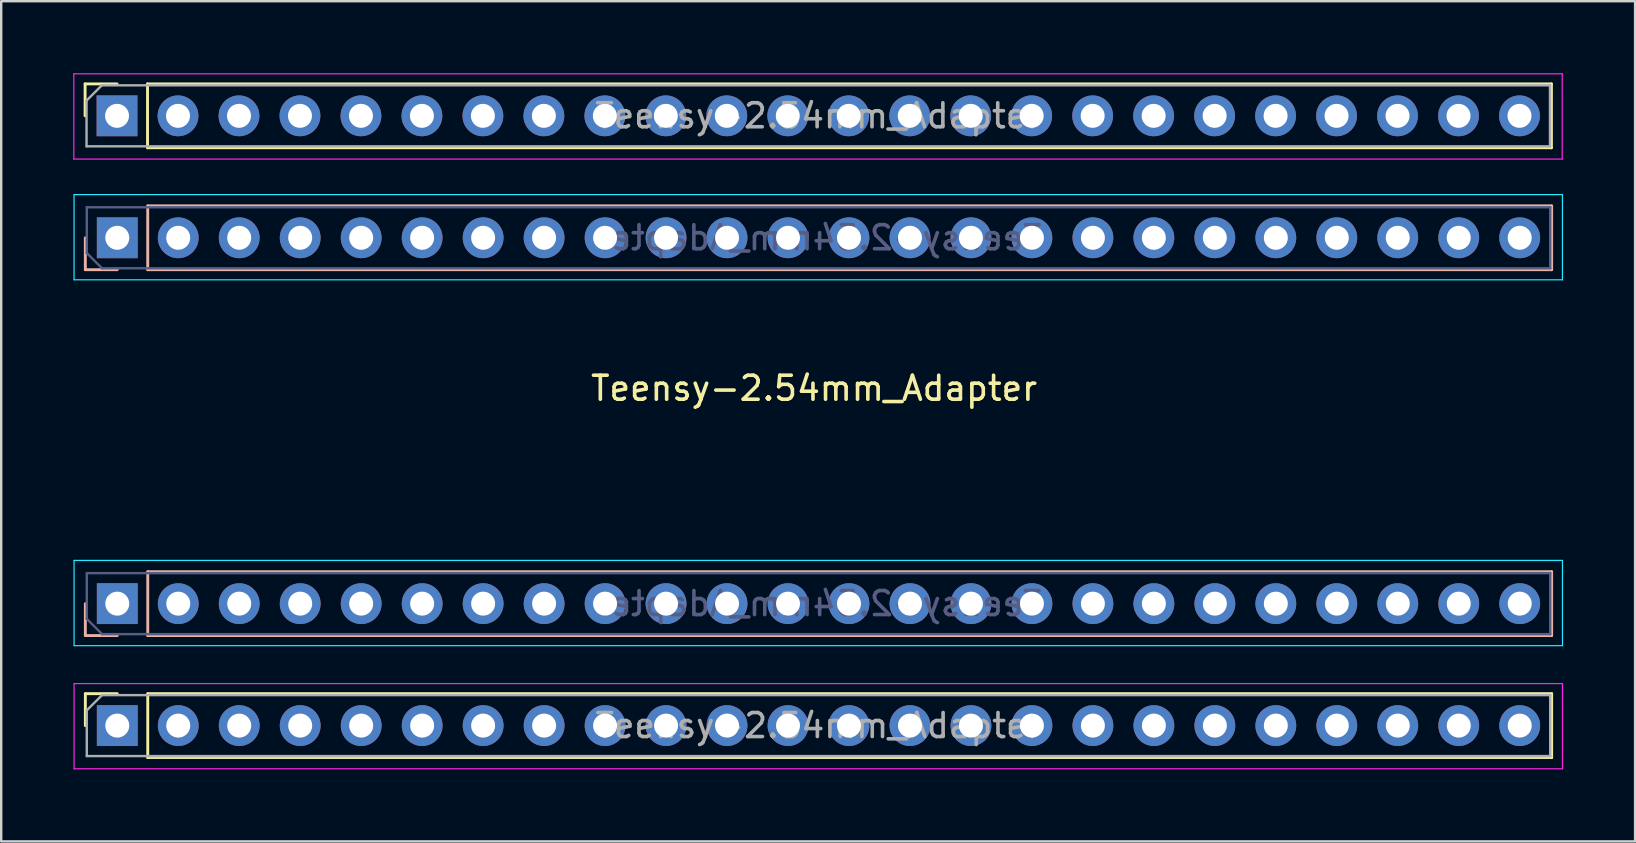
<source format=kicad_pcb>
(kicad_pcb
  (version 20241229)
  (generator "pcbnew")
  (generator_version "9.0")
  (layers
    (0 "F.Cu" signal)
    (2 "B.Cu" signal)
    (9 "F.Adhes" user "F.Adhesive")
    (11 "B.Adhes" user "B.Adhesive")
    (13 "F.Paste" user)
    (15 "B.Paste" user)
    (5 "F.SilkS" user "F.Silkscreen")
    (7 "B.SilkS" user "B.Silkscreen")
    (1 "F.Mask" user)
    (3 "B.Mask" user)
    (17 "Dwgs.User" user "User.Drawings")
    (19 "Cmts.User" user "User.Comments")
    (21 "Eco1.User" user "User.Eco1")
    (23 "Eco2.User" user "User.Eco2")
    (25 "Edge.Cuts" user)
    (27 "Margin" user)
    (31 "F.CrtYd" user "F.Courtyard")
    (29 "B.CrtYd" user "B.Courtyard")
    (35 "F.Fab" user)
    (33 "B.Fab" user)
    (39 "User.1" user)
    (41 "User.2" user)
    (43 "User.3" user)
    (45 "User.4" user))
  (footprint "Teensy-2.54mm_Adapter"
    (layer "F.Cu")
    (at 30.862 13.625)
    (property "Reference" "Teensy-2.54mm_Adapter" (at 0 -0.5 0) (unlocked yes) (layer "F.SilkS") (effects (font (size 1 1) (thickness 0.15))))
    (attr through_hole)
    (fp_line (start -30.367 -13.18) (end -29.037 -13.18) (stroke (width 0.12) (type solid)) (layer "F.SilkS"))
    (fp_line (start -30.367 -11.85) (end -30.367 -13.18) (stroke (width 0.12) (type solid)) (layer "F.SilkS"))
    (fp_line (start -30.357 12.22) (end -29.027 12.22) (stroke (width 0.12) (type solid)) (layer "F.SilkS"))
    (fp_line (start -30.357 13.55) (end -30.357 12.22) (stroke (width 0.12) (type solid)) (layer "F.SilkS"))
    (fp_line (start -27.767 -13.18) (end 30.713 -13.18) (stroke (width 0.12) (type solid)) (layer "F.SilkS"))
    (fp_line (start -27.767 -10.52) (end -27.767 -13.18) (stroke (width 0.12) (type solid)) (layer "F.SilkS"))
    (fp_line (start -27.767 -10.52) (end 30.713 -10.52) (stroke (width 0.12) (type solid)) (layer "F.SilkS"))
    (fp_line (start -27.757 12.22) (end 30.723 12.22) (stroke (width 0.12) (type solid)) (layer "F.SilkS"))
    (fp_line (start -27.757 14.88) (end -27.757 12.22) (stroke (width 0.12) (type solid)) (layer "F.SilkS"))
    (fp_line (start -27.757 14.88) (end 30.723 14.88) (stroke (width 0.12) (type solid)) (layer "F.SilkS"))
    (fp_line (start 30.713 -10.52) (end 30.713 -13.18) (stroke (width 0.12) (type solid)) (layer "F.SilkS"))
    (fp_line (start 30.723 14.88) (end 30.723 12.22) (stroke (width 0.12) (type solid)) (layer "F.SilkS"))
    (fp_line (start -30.358 -6.77) (end -30.358 -5.44) (stroke (width 0.12) (type solid)) (layer "B.SilkS"))
    (fp_line (start -30.358 -5.44) (end -29.027 -5.44) (stroke (width 0.12) (type solid)) (layer "B.SilkS"))
    (fp_line (start -30.357 8.47) (end -30.357 9.8) (stroke (width 0.12) (type solid)) (layer "B.SilkS"))
    (fp_line (start -30.357 9.8) (end -29.027 9.8) (stroke (width 0.12) (type solid)) (layer "B.SilkS"))
    (fp_line (start -27.758 -8.1) (end -27.758 -5.44) (stroke (width 0.12) (type solid)) (layer "B.SilkS"))
    (fp_line (start -27.758 -8.1) (end 30.723 -8.1) (stroke (width 0.12) (type solid)) (layer "B.SilkS"))
    (fp_line (start -27.758 -5.44) (end 30.723 -5.44) (stroke (width 0.12) (type solid)) (layer "B.SilkS"))
    (fp_line (start -27.757 7.14) (end -27.757 9.8) (stroke (width 0.12) (type solid)) (layer "B.SilkS"))
    (fp_line (start -27.757 7.14) (end 30.723 7.14) (stroke (width 0.12) (type solid)) (layer "B.SilkS"))
    (fp_line (start -27.757 9.8) (end 30.723 9.8) (stroke (width 0.12) (type solid)) (layer "B.SilkS"))
    (fp_line (start 30.723 -8.1) (end 30.723 -5.44) (stroke (width 0.12) (type solid)) (layer "B.SilkS"))
    (fp_line (start 30.723 7.14) (end 30.723 9.8) (stroke (width 0.12) (type solid)) (layer "B.SilkS"))
    (fp_line (start -30.828 -8.57) (end -30.828 -5.02) (stroke (width 0.05) (type solid)) (layer "B.CrtYd"))
    (fp_line (start -30.828 -5.02) (end 31.172 -5.02) (stroke (width 0.05) (type solid)) (layer "B.CrtYd"))
    (fp_line (start -30.827 6.67) (end -30.827 10.22) (stroke (width 0.05) (type solid)) (layer "B.CrtYd"))
    (fp_line (start -30.827 10.22) (end 31.173 10.22) (stroke (width 0.05) (type solid)) (layer "B.CrtYd"))
    (fp_line (start 31.172 -8.57) (end -30.828 -8.57) (stroke (width 0.05) (type solid)) (layer "B.CrtYd"))
    (fp_line (start 31.172 -5.02) (end 31.172 -8.57) (stroke (width 0.05) (type solid)) (layer "B.CrtYd"))
    (fp_line (start 31.173 6.67) (end -30.827 6.67) (stroke (width 0.05) (type solid)) (layer "B.CrtYd"))
    (fp_line (start 31.173 10.22) (end 31.173 6.67) (stroke (width 0.05) (type solid)) (layer "B.CrtYd"))
    (fp_line (start -30.837 -13.6) (end 31.163 -13.6) (stroke (width 0.05) (type solid)) (layer "F.CrtYd"))
    (fp_line (start -30.837 -10.05) (end -30.837 -13.6) (stroke (width 0.05) (type solid)) (layer "F.CrtYd"))
    (fp_line (start -30.827 11.8) (end 31.173 11.8) (stroke (width 0.05) (type solid)) (layer "F.CrtYd"))
    (fp_line (start -30.827 15.35) (end -30.827 11.8) (stroke (width 0.05) (type solid)) (layer "F.CrtYd"))
    (fp_line (start 31.163 -13.6) (end 31.163 -10.05) (stroke (width 0.05) (type solid)) (layer "F.CrtYd"))
    (fp_line (start 31.163 -10.05) (end -30.837 -10.05) (stroke (width 0.05) (type solid)) (layer "F.CrtYd"))
    (fp_line (start 31.173 11.8) (end 31.173 15.35) (stroke (width 0.05) (type solid)) (layer "F.CrtYd"))
    (fp_line (start 31.173 15.35) (end -30.827 15.35) (stroke (width 0.05) (type solid)) (layer "F.CrtYd"))
    (fp_line (start -30.297 -8.04) (end -30.297 -6.135) (stroke (width 0.1) (type solid)) (layer "B.Fab"))
    (fp_line (start -30.297 -6.135) (end -29.663 -5.5) (stroke (width 0.1) (type solid)) (layer "B.Fab"))
    (fp_line (start -30.297 7.2) (end -30.297 9.105) (stroke (width 0.1) (type solid)) (layer "B.Fab"))
    (fp_line (start -30.297 9.105) (end -29.662 9.74) (stroke (width 0.1) (type solid)) (layer "B.Fab"))
    (fp_line (start -29.663 -5.5) (end 30.663 -5.5) (stroke (width 0.1) (type solid)) (layer "B.Fab"))
    (fp_line (start -29.662 9.74) (end 30.663 9.74) (stroke (width 0.1) (type solid)) (layer "B.Fab"))
    (fp_line (start 30.663 -8.04) (end -30.297 -8.04) (stroke (width 0.1) (type solid)) (layer "B.Fab"))
    (fp_line (start 30.663 -5.5) (end 30.663 -8.04) (stroke (width 0.1) (type solid)) (layer "B.Fab"))
    (fp_line (start 30.663 7.2) (end -30.297 7.2) (stroke (width 0.1) (type solid)) (layer "B.Fab"))
    (fp_line (start 30.663 9.74) (end 30.663 7.2) (stroke (width 0.1) (type solid)) (layer "B.Fab"))
    (fp_line (start -30.307 -12.485) (end -29.672 -13.12) (stroke (width 0.1) (type solid)) (layer "F.Fab"))
    (fp_line (start -30.307 -10.58) (end -30.307 -12.485) (stroke (width 0.1) (type solid)) (layer "F.Fab"))
    (fp_line (start -30.297 12.915) (end -29.662 12.28) (stroke (width 0.1) (type solid)) (layer "F.Fab"))
    (fp_line (start -30.297 14.82) (end -30.297 12.915) (stroke (width 0.1) (type solid)) (layer "F.Fab"))
    (fp_line (start -29.672 -13.12) (end 30.653 -13.12) (stroke (width 0.1) (type solid)) (layer "F.Fab"))
    (fp_line (start -29.662 12.28) (end 30.663 12.28) (stroke (width 0.1) (type solid)) (layer "F.Fab"))
    (fp_line (start 30.653 -13.12) (end 30.653 -10.58) (stroke (width 0.1) (type solid)) (layer "F.Fab"))
    (fp_line (start 30.653 -10.58) (end -30.307 -10.58) (stroke (width 0.1) (type solid)) (layer "F.Fab"))
    (fp_line (start 30.663 12.28) (end 30.663 14.82) (stroke (width 0.1) (type solid)) (layer "F.Fab"))
    (fp_line (start 30.663 14.82) (end -30.297 14.82) (stroke (width 0.1) (type solid)) (layer "F.Fab"))
    (fp_text user "${REFERENCE}" (at 0.182 -6.77 0) (layer "B.Fab") (effects (font (size 1 1) (thickness 0.15)) (justify mirror)))
    (fp_text user "${REFERENCE}" (at 0.183 8.47 0) (layer "B.Fab") (effects (font (size 1 1) (thickness 0.15)) (justify mirror)))
    (fp_text user "${REFERENCE}" (at 0.173 -11.85 0) (layer "F.Fab") (effects (font (size 1 1) (thickness 0.15))))
    (fp_text user "${REFERENCE}" (at 0.183 13.55 0) (layer "F.Fab") (effects (font (size 1 1) (thickness 0.15))))
    (pad "1" thru_hole rect (at -29.027 8.47 270) (size 1.7 1.7) (drill 1) (layers "*.Cu" "*.Mask"))
    (pad "1" thru_hole rect (at -29.027 13.55 90) (size 1.7 1.7) (drill 1) (layers "*.Cu" "*.Mask"))
    (pad "2" thru_hole oval (at -26.487 8.47 270) (size 1.7 1.7) (drill 1) (layers "*.Cu" "*.Mask"))
    (pad "2" thru_hole oval (at -26.487 13.55 90) (size 1.7 1.7) (drill 1) (layers "*.Cu" "*.Mask"))
    (pad "3" thru_hole oval (at -23.947 8.47 270) (size 1.7 1.7) (drill 1) (layers "*.Cu" "*.Mask"))
    (pad "3" thru_hole oval (at -23.947 13.55 90) (size 1.7 1.7) (drill 1) (layers "*.Cu" "*.Mask"))
    (pad "4" thru_hole oval (at -21.407 8.47 270) (size 1.7 1.7) (drill 1) (layers "*.Cu" "*.Mask"))
    (pad "4" thru_hole oval (at -21.407 13.55 90) (size 1.7 1.7) (drill 1) (layers "*.Cu" "*.Mask"))
    (pad "5" thru_hole oval (at -18.867 8.47 270) (size 1.7 1.7) (drill 1) (layers "*.Cu" "*.Mask"))
    (pad "5" thru_hole oval (at -18.867 13.55 90) (size 1.7 1.7) (drill 1) (layers "*.Cu" "*.Mask"))
    (pad "6" thru_hole oval (at -16.327 8.47 270) (size 1.7 1.7) (drill 1) (layers "*.Cu" "*.Mask"))
    (pad "6" thru_hole oval (at -16.327 13.55 90) (size 1.7 1.7) (drill 1) (layers "*.Cu" "*.Mask"))
    (pad "7" thru_hole oval (at -13.787 8.47 270) (size 1.7 1.7) (drill 1) (layers "*.Cu" "*.Mask"))
    (pad "7" thru_hole oval (at -13.787 13.55 90) (size 1.7 1.7) (drill 1) (layers "*.Cu" "*.Mask"))
    (pad "8" thru_hole oval (at -11.247 8.47 270) (size 1.7 1.7) (drill 1) (layers "*.Cu" "*.Mask"))
    (pad "8" thru_hole oval (at -11.247 13.55 90) (size 1.7 1.7) (drill 1) (layers "*.Cu" "*.Mask"))
    (pad "9" thru_hole oval (at -8.707 8.47 270) (size 1.7 1.7) (drill 1) (layers "*.Cu" "*.Mask"))
    (pad "9" thru_hole oval (at -8.707 13.55 90) (size 1.7 1.7) (drill 1) (layers "*.Cu" "*.Mask"))
    (pad "10" thru_hole oval (at -6.167 8.47 270) (size 1.7 1.7) (drill 1) (layers "*.Cu" "*.Mask"))
    (pad "10" thru_hole oval (at -6.167 13.55 90) (size 1.7 1.7) (drill 1) (layers "*.Cu" "*.Mask"))
    (pad "11" thru_hole oval (at -3.627 8.47 270) (size 1.7 1.7) (drill 1) (layers "*.Cu" "*.Mask"))
    (pad "11" thru_hole oval (at -3.627 13.55 90) (size 1.7 1.7) (drill 1) (layers "*.Cu" "*.Mask"))
    (pad "12" thru_hole oval (at -1.087 8.47 270) (size 1.7 1.7) (drill 1) (layers "*.Cu" "*.Mask"))
    (pad "12" thru_hole oval (at -1.087 13.55 90) (size 1.7 1.7) (drill 1) (layers "*.Cu" "*.Mask"))
    (pad "13" thru_hole oval (at 1.453 8.47 270) (size 1.7 1.7) (drill 1) (layers "*.Cu" "*.Mask"))
    (pad "13" thru_hole oval (at 1.453 13.55 90) (size 1.7 1.7) (drill 1) (layers "*.Cu" "*.Mask"))
    (pad "14" thru_hole oval (at 3.993 8.47 270) (size 1.7 1.7) (drill 1) (layers "*.Cu" "*.Mask"))
    (pad "14" thru_hole oval (at 3.993 13.55 90) (size 1.7 1.7) (drill 1) (layers "*.Cu" "*.Mask"))
    (pad "15" thru_hole oval (at 6.533 8.47 270) (size 1.7 1.7) (drill 1) (layers "*.Cu" "*.Mask"))
    (pad "15" thru_hole oval (at 6.533 13.55 90) (size 1.7 1.7) (drill 1) (layers "*.Cu" "*.Mask"))
    (pad "16" thru_hole oval (at 9.073 8.47 270) (size 1.7 1.7) (drill 1) (layers "*.Cu" "*.Mask"))
    (pad "16" thru_hole oval (at 9.073 13.55 90) (size 1.7 1.7) (drill 1) (layers "*.Cu" "*.Mask"))
    (pad "17" thru_hole oval (at 11.613 8.47 270) (size 1.7 1.7) (drill 1) (layers "*.Cu" "*.Mask"))
    (pad "17" thru_hole oval (at 11.613 13.55 90) (size 1.7 1.7) (drill 1) (layers "*.Cu" "*.Mask"))
    (pad "18" thru_hole oval (at 14.153 8.47 270) (size 1.7 1.7) (drill 1) (layers "*.Cu" "*.Mask"))
    (pad "18" thru_hole oval (at 14.153 13.55 90) (size 1.7 1.7) (drill 1) (layers "*.Cu" "*.Mask"))
    (pad "19" thru_hole oval (at 16.693 8.47 270) (size 1.7 1.7) (drill 1) (layers "*.Cu" "*.Mask"))
    (pad "19" thru_hole oval (at 16.693 13.55 90) (size 1.7 1.7) (drill 1) (layers "*.Cu" "*.Mask"))
    (pad "20" thru_hole oval (at 19.233 8.47 270) (size 1.7 1.7) (drill 1) (layers "*.Cu" "*.Mask"))
    (pad "20" thru_hole oval (at 19.233 13.55 90) (size 1.7 1.7) (drill 1) (layers "*.Cu" "*.Mask"))
    (pad "21" thru_hole oval (at 21.773 8.47 270) (size 1.7 1.7) (drill 1) (layers "*.Cu" "*.Mask"))
    (pad "21" thru_hole oval (at 21.773 13.55 90) (size 1.7 1.7) (drill 1) (layers "*.Cu" "*.Mask"))
    (pad "22" thru_hole oval (at 24.313 8.47 270) (size 1.7 1.7) (drill 1) (layers "*.Cu" "*.Mask"))
    (pad "22" thru_hole oval (at 24.313 13.55 90) (size 1.7 1.7) (drill 1) (layers "*.Cu" "*.Mask"))
    (pad "23" thru_hole oval (at 26.853 8.47 270) (size 1.7 1.7) (drill 1) (layers "*.Cu" "*.Mask"))
    (pad "23" thru_hole oval (at 26.853 13.55 90) (size 1.7 1.7) (drill 1) (layers "*.Cu" "*.Mask"))
    (pad "24" thru_hole oval (at 29.393 8.47 270) (size 1.7 1.7) (drill 1) (layers "*.Cu" "*.Mask"))
    (pad "24" thru_hole oval (at 29.393 13.55 90) (size 1.7 1.7) (drill 1) (layers "*.Cu" "*.Mask"))
    (pad "25" thru_hole oval (at 29.383 -11.85 90) (size 1.7 1.7) (drill 1) (layers "*.Cu" "*.Mask"))
    (pad "25" thru_hole oval (at 29.392 -6.77 270) (size 1.7 1.7) (drill 1) (layers "*.Cu" "*.Mask"))
    (pad "26" thru_hole oval (at 26.843 -11.85 90) (size 1.7 1.7) (drill 1) (layers "*.Cu" "*.Mask"))
    (pad "26" thru_hole oval (at 26.852 -6.77 270) (size 1.7 1.7) (drill 1) (layers "*.Cu" "*.Mask"))
    (pad "27" thru_hole oval (at 24.303 -11.85 90) (size 1.7 1.7) (drill 1) (layers "*.Cu" "*.Mask"))
    (pad "27" thru_hole oval (at 24.312 -6.77 270) (size 1.7 1.7) (drill 1) (layers "*.Cu" "*.Mask"))
    (pad "28" thru_hole oval (at 21.763 -11.85 90) (size 1.7 1.7) (drill 1) (layers "*.Cu" "*.Mask"))
    (pad "28" thru_hole oval (at 21.773 -6.77 270) (size 1.7 1.7) (drill 1) (layers "*.Cu" "*.Mask"))
    (pad "29" thru_hole oval (at 19.223 -11.85 90) (size 1.7 1.7) (drill 1) (layers "*.Cu" "*.Mask"))
    (pad "29" thru_hole oval (at 19.233 -6.77 270) (size 1.7 1.7) (drill 1) (layers "*.Cu" "*.Mask"))
    (pad "30" thru_hole oval (at 16.683 -11.85 90) (size 1.7 1.7) (drill 1) (layers "*.Cu" "*.Mask"))
    (pad "30" thru_hole oval (at 16.692 -6.77 270) (size 1.7 1.7) (drill 1) (layers "*.Cu" "*.Mask"))
    (pad "31" thru_hole oval (at 14.143 -11.85 90) (size 1.7 1.7) (drill 1) (layers "*.Cu" "*.Mask"))
    (pad "31" thru_hole oval (at 14.152 -6.77 270) (size 1.7 1.7) (drill 1) (layers "*.Cu" "*.Mask"))
    (pad "32" thru_hole oval (at 11.603 -11.85 90) (size 1.7 1.7) (drill 1) (layers "*.Cu" "*.Mask"))
    (pad "32" thru_hole oval (at 11.613 -6.77 270) (size 1.7 1.7) (drill 1) (layers "*.Cu" "*.Mask"))
    (pad "33" thru_hole oval (at 9.063 -11.85 90) (size 1.7 1.7) (drill 1) (layers "*.Cu" "*.Mask"))
    (pad "33" thru_hole oval (at 9.072 -6.77 270) (size 1.7 1.7) (drill 1) (layers "*.Cu" "*.Mask"))
    (pad "34" thru_hole oval (at 6.523 -11.85 90) (size 1.7 1.7) (drill 1) (layers "*.Cu" "*.Mask"))
    (pad "34" thru_hole oval (at 6.532 -6.77 270) (size 1.7 1.7) (drill 1) (layers "*.Cu" "*.Mask"))
    (pad "35" thru_hole oval (at 3.983 -11.85 90) (size 1.7 1.7) (drill 1) (layers "*.Cu" "*.Mask"))
    (pad "35" thru_hole oval (at 3.993 -6.77 270) (size 1.7 1.7) (drill 1) (layers "*.Cu" "*.Mask"))
    (pad "36" thru_hole oval (at 1.443 -11.85 90) (size 1.7 1.7) (drill 1) (layers "*.Cu" "*.Mask"))
    (pad "36" thru_hole oval (at 1.452 -6.77 270) (size 1.7 1.7) (drill 1) (layers "*.Cu" "*.Mask"))
    (pad "37" thru_hole oval (at -1.097 -11.85 90) (size 1.7 1.7) (drill 1) (layers "*.Cu" "*.Mask"))
    (pad "37" thru_hole oval (at -1.087 -6.77 270) (size 1.7 1.7) (drill 1) (layers "*.Cu" "*.Mask"))
    (pad "38" thru_hole oval (at -3.637 -11.85 90) (size 1.7 1.7) (drill 1) (layers "*.Cu" "*.Mask"))
    (pad "38" thru_hole oval (at -3.627 -6.77 270) (size 1.7 1.7) (drill 1) (layers "*.Cu" "*.Mask"))
    (pad "39" thru_hole oval (at -6.177 -11.85 90) (size 1.7 1.7) (drill 1) (layers "*.Cu" "*.Mask"))
    (pad "39" thru_hole oval (at -6.168 -6.77 270) (size 1.7 1.7) (drill 1) (layers "*.Cu" "*.Mask"))
    (pad "40" thru_hole oval (at -8.717 -11.85 90) (size 1.7 1.7) (drill 1) (layers "*.Cu" "*.Mask"))
    (pad "40" thru_hole oval (at -8.707 -6.77 270) (size 1.7 1.7) (drill 1) (layers "*.Cu" "*.Mask"))
    (pad "41" thru_hole oval (at -11.257 -11.85 90) (size 1.7 1.7) (drill 1) (layers "*.Cu" "*.Mask"))
    (pad "41" thru_hole oval (at -11.248 -6.77 270) (size 1.7 1.7) (drill 1) (layers "*.Cu" "*.Mask"))
    (pad "42" thru_hole oval (at -13.797 -11.85 90) (size 1.7 1.7) (drill 1) (layers "*.Cu" "*.Mask"))
    (pad "42" thru_hole oval (at -13.787 -6.77 270) (size 1.7 1.7) (drill 1) (layers "*.Cu" "*.Mask"))
    (pad "43" thru_hole oval (at -16.337 -11.85 90) (size 1.7 1.7) (drill 1) (layers "*.Cu" "*.Mask"))
    (pad "43" thru_hole oval (at -16.328 -6.77 270) (size 1.7 1.7) (drill 1) (layers "*.Cu" "*.Mask"))
    (pad "44" thru_hole oval (at -18.877 -11.85 90) (size 1.7 1.7) (drill 1) (layers "*.Cu" "*.Mask"))
    (pad "44" thru_hole oval (at -18.867 -6.77 270) (size 1.7 1.7) (drill 1) (layers "*.Cu" "*.Mask"))
    (pad "45" thru_hole oval (at -21.417 -11.85 90) (size 1.7 1.7) (drill 1) (layers "*.Cu" "*.Mask"))
    (pad "45" thru_hole oval (at -21.407 -6.77 270) (size 1.7 1.7) (drill 1) (layers "*.Cu" "*.Mask"))
    (pad "46" thru_hole oval (at -23.957 -11.85 90) (size 1.7 1.7) (drill 1) (layers "*.Cu" "*.Mask"))
    (pad "46" thru_hole oval (at -23.948 -6.77 270) (size 1.7 1.7) (drill 1) (layers "*.Cu" "*.Mask"))
    (pad "47" thru_hole oval (at -26.497 -11.85 90) (size 1.7 1.7) (drill 1) (layers "*.Cu" "*.Mask"))
    (pad "47" thru_hole oval (at -26.488 -6.77 270) (size 1.7 1.7) (drill 1) (layers "*.Cu" "*.Mask"))
    (pad "48" thru_hole rect (at -29.037 -11.85 90) (size 1.7 1.7) (drill 1) (layers "*.Cu" "*.Mask"))
    (pad "48" thru_hole rect (at -29.027 -6.77 270) (size 1.7 1.7) (drill 1) (layers "*.Cu" "*.Mask")))
  (gr_rect
    (start -3 -3)
    (end 65.06 32)
    (stroke (width 0.1) (type default))
    (fill no)
    (layer "Edge.Cuts")))
</source>
